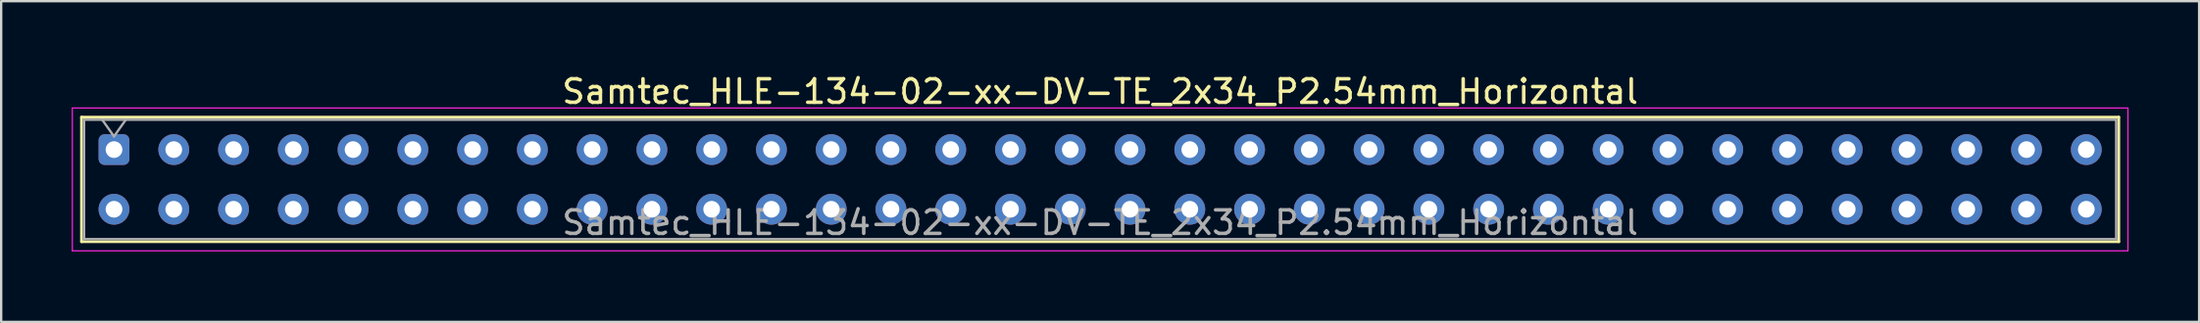
<source format=kicad_pcb>
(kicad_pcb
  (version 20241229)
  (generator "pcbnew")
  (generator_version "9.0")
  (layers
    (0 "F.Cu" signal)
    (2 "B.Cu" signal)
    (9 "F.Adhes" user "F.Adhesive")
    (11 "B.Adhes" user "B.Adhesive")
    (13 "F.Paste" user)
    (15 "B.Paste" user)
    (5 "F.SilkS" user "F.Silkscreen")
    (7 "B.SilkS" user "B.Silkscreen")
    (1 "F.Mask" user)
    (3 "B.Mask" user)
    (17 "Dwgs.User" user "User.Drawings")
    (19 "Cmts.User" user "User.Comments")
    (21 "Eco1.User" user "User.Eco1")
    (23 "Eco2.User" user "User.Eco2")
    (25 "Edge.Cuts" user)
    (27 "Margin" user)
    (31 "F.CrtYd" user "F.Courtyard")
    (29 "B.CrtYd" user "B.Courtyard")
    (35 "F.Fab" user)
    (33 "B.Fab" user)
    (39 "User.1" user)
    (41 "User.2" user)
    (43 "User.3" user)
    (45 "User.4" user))
  (footprint "Samtec_HLE-134-02-xx-DV-TE_2x34_P2.54mm_Horizontal"
    (layer "F.Cu")
    (at 1.795 3.318)
    (property "Reference" "Samtec_HLE-134-02-xx-DV-TE_2x34_P2.54mm_Horizontal" (at 41.91 -2.47 0) (layer "F.SilkS") (effects (font (size 1 1) (thickness 0.15))))
    (attr through_hole)
    (fp_line (start -1.38 -1.38) (end 85.2 -1.38) (stroke (width 0.12) (type solid)) (layer "F.SilkS"))
    (fp_line (start -1.38 3.92) (end -1.38 -1.38) (stroke (width 0.12) (type solid)) (layer "F.SilkS"))
    (fp_line (start 85.2 -1.38) (end 85.2 3.92) (stroke (width 0.12) (type solid)) (layer "F.SilkS"))
    (fp_line (start 85.2 3.92) (end -1.38 3.92) (stroke (width 0.12) (type solid)) (layer "F.SilkS"))
    (fp_line (start -1.77 -1.77) (end 85.59 -1.77) (stroke (width 0.05) (type solid)) (layer "F.CrtYd"))
    (fp_line (start -1.77 4.31) (end -1.77 -1.77) (stroke (width 0.05) (type solid)) (layer "F.CrtYd"))
    (fp_line (start 85.59 -1.77) (end 85.59 4.31) (stroke (width 0.05) (type solid)) (layer "F.CrtYd"))
    (fp_line (start 85.59 4.31) (end -1.77 4.31) (stroke (width 0.05) (type solid)) (layer "F.CrtYd"))
    (fp_line (start -1.27 -1.27) (end 85.09 -1.27) (stroke (width 0.1) (type solid)) (layer "F.Fab"))
    (fp_line (start -1.27 3.81) (end -1.27 -1.27) (stroke (width 0.1) (type solid)) (layer "F.Fab"))
    (fp_line (start -0.5 -1.27) (end 0 -0.563) (stroke (width 0.1) (type solid)) (layer "F.Fab"))
    (fp_line (start 0 -0.563) (end 0.5 -1.27) (stroke (width 0.1) (type solid)) (layer "F.Fab"))
    (fp_line (start 85.09 -1.27) (end 85.09 3.81) (stroke (width 0.1) (type solid)) (layer "F.Fab"))
    (fp_line (start 85.09 3.81) (end -1.27 3.81) (stroke (width 0.1) (type solid)) (layer "F.Fab"))
    (fp_text user "${REFERENCE}" (at 41.91 3.11 0) (layer "F.Fab") (effects (font (size 1 1) (thickness 0.15))))
    (pad "1" thru_hole roundrect (at 0 0) (size 1.31 1.31) (drill 0.71) (layers "*.Cu" "*.Mask") (roundrect_rratio 0.191))
    (pad "2" thru_hole circle (at 0 2.54) (size 1.31 1.31) (drill 0.71) (layers "*.Cu" "*.Mask"))
    (pad "3" thru_hole circle (at 2.54 0) (size 1.31 1.31) (drill 0.71) (layers "*.Cu" "*.Mask"))
    (pad "4" thru_hole circle (at 2.54 2.54) (size 1.31 1.31) (drill 0.71) (layers "*.Cu" "*.Mask"))
    (pad "5" thru_hole circle (at 5.08 0) (size 1.31 1.31) (drill 0.71) (layers "*.Cu" "*.Mask"))
    (pad "6" thru_hole circle (at 5.08 2.54) (size 1.31 1.31) (drill 0.71) (layers "*.Cu" "*.Mask"))
    (pad "7" thru_hole circle (at 7.62 0) (size 1.31 1.31) (drill 0.71) (layers "*.Cu" "*.Mask"))
    (pad "8" thru_hole circle (at 7.62 2.54) (size 1.31 1.31) (drill 0.71) (layers "*.Cu" "*.Mask"))
    (pad "9" thru_hole circle (at 10.16 0) (size 1.31 1.31) (drill 0.71) (layers "*.Cu" "*.Mask"))
    (pad "10" thru_hole circle (at 10.16 2.54) (size 1.31 1.31) (drill 0.71) (layers "*.Cu" "*.Mask"))
    (pad "11" thru_hole circle (at 12.7 0) (size 1.31 1.31) (drill 0.71) (layers "*.Cu" "*.Mask"))
    (pad "12" thru_hole circle (at 12.7 2.54) (size 1.31 1.31) (drill 0.71) (layers "*.Cu" "*.Mask"))
    (pad "13" thru_hole circle (at 15.24 0) (size 1.31 1.31) (drill 0.71) (layers "*.Cu" "*.Mask"))
    (pad "14" thru_hole circle (at 15.24 2.54) (size 1.31 1.31) (drill 0.71) (layers "*.Cu" "*.Mask"))
    (pad "15" thru_hole circle (at 17.78 0) (size 1.31 1.31) (drill 0.71) (layers "*.Cu" "*.Mask"))
    (pad "16" thru_hole circle (at 17.78 2.54) (size 1.31 1.31) (drill 0.71) (layers "*.Cu" "*.Mask"))
    (pad "17" thru_hole circle (at 20.32 0) (size 1.31 1.31) (drill 0.71) (layers "*.Cu" "*.Mask"))
    (pad "18" thru_hole circle (at 20.32 2.54) (size 1.31 1.31) (drill 0.71) (layers "*.Cu" "*.Mask"))
    (pad "19" thru_hole circle (at 22.86 0) (size 1.31 1.31) (drill 0.71) (layers "*.Cu" "*.Mask"))
    (pad "20" thru_hole circle (at 22.86 2.54) (size 1.31 1.31) (drill 0.71) (layers "*.Cu" "*.Mask"))
    (pad "21" thru_hole circle (at 25.4 0) (size 1.31 1.31) (drill 0.71) (layers "*.Cu" "*.Mask"))
    (pad "22" thru_hole circle (at 25.4 2.54) (size 1.31 1.31) (drill 0.71) (layers "*.Cu" "*.Mask"))
    (pad "23" thru_hole circle (at 27.94 0) (size 1.31 1.31) (drill 0.71) (layers "*.Cu" "*.Mask"))
    (pad "24" thru_hole circle (at 27.94 2.54) (size 1.31 1.31) (drill 0.71) (layers "*.Cu" "*.Mask"))
    (pad "25" thru_hole circle (at 30.48 0) (size 1.31 1.31) (drill 0.71) (layers "*.Cu" "*.Mask"))
    (pad "26" thru_hole circle (at 30.48 2.54) (size 1.31 1.31) (drill 0.71) (layers "*.Cu" "*.Mask"))
    (pad "27" thru_hole circle (at 33.02 0) (size 1.31 1.31) (drill 0.71) (layers "*.Cu" "*.Mask"))
    (pad "28" thru_hole circle (at 33.02 2.54) (size 1.31 1.31) (drill 0.71) (layers "*.Cu" "*.Mask"))
    (pad "29" thru_hole circle (at 35.56 0) (size 1.31 1.31) (drill 0.71) (layers "*.Cu" "*.Mask"))
    (pad "30" thru_hole circle (at 35.56 2.54) (size 1.31 1.31) (drill 0.71) (layers "*.Cu" "*.Mask"))
    (pad "31" thru_hole circle (at 38.1 0) (size 1.31 1.31) (drill 0.71) (layers "*.Cu" "*.Mask"))
    (pad "32" thru_hole circle (at 38.1 2.54) (size 1.31 1.31) (drill 0.71) (layers "*.Cu" "*.Mask"))
    (pad "33" thru_hole circle (at 40.64 0) (size 1.31 1.31) (drill 0.71) (layers "*.Cu" "*.Mask"))
    (pad "34" thru_hole circle (at 40.64 2.54) (size 1.31 1.31) (drill 0.71) (layers "*.Cu" "*.Mask"))
    (pad "35" thru_hole circle (at 43.18 0) (size 1.31 1.31) (drill 0.71) (layers "*.Cu" "*.Mask"))
    (pad "36" thru_hole circle (at 43.18 2.54) (size 1.31 1.31) (drill 0.71) (layers "*.Cu" "*.Mask"))
    (pad "37" thru_hole circle (at 45.72 0) (size 1.31 1.31) (drill 0.71) (layers "*.Cu" "*.Mask"))
    (pad "38" thru_hole circle (at 45.72 2.54) (size 1.31 1.31) (drill 0.71) (layers "*.Cu" "*.Mask"))
    (pad "39" thru_hole circle (at 48.26 0) (size 1.31 1.31) (drill 0.71) (layers "*.Cu" "*.Mask"))
    (pad "40" thru_hole circle (at 48.26 2.54) (size 1.31 1.31) (drill 0.71) (layers "*.Cu" "*.Mask"))
    (pad "41" thru_hole circle (at 50.8 0) (size 1.31 1.31) (drill 0.71) (layers "*.Cu" "*.Mask"))
    (pad "42" thru_hole circle (at 50.8 2.54) (size 1.31 1.31) (drill 0.71) (layers "*.Cu" "*.Mask"))
    (pad "43" thru_hole circle (at 53.34 0) (size 1.31 1.31) (drill 0.71) (layers "*.Cu" "*.Mask"))
    (pad "44" thru_hole circle (at 53.34 2.54) (size 1.31 1.31) (drill 0.71) (layers "*.Cu" "*.Mask"))
    (pad "45" thru_hole circle (at 55.88 0) (size 1.31 1.31) (drill 0.71) (layers "*.Cu" "*.Mask"))
    (pad "46" thru_hole circle (at 55.88 2.54) (size 1.31 1.31) (drill 0.71) (layers "*.Cu" "*.Mask"))
    (pad "47" thru_hole circle (at 58.42 0) (size 1.31 1.31) (drill 0.71) (layers "*.Cu" "*.Mask"))
    (pad "48" thru_hole circle (at 58.42 2.54) (size 1.31 1.31) (drill 0.71) (layers "*.Cu" "*.Mask"))
    (pad "49" thru_hole circle (at 60.96 0) (size 1.31 1.31) (drill 0.71) (layers "*.Cu" "*.Mask"))
    (pad "50" thru_hole circle (at 60.96 2.54) (size 1.31 1.31) (drill 0.71) (layers "*.Cu" "*.Mask"))
    (pad "51" thru_hole circle (at 63.5 0) (size 1.31 1.31) (drill 0.71) (layers "*.Cu" "*.Mask"))
    (pad "52" thru_hole circle (at 63.5 2.54) (size 1.31 1.31) (drill 0.71) (layers "*.Cu" "*.Mask"))
    (pad "53" thru_hole circle (at 66.04 0) (size 1.31 1.31) (drill 0.71) (layers "*.Cu" "*.Mask"))
    (pad "54" thru_hole circle (at 66.04 2.54) (size 1.31 1.31) (drill 0.71) (layers "*.Cu" "*.Mask"))
    (pad "55" thru_hole circle (at 68.58 0) (size 1.31 1.31) (drill 0.71) (layers "*.Cu" "*.Mask"))
    (pad "56" thru_hole circle (at 68.58 2.54) (size 1.31 1.31) (drill 0.71) (layers "*.Cu" "*.Mask"))
    (pad "57" thru_hole circle (at 71.12 0) (size 1.31 1.31) (drill 0.71) (layers "*.Cu" "*.Mask"))
    (pad "58" thru_hole circle (at 71.12 2.54) (size 1.31 1.31) (drill 0.71) (layers "*.Cu" "*.Mask"))
    (pad "59" thru_hole circle (at 73.66 0) (size 1.31 1.31) (drill 0.71) (layers "*.Cu" "*.Mask"))
    (pad "60" thru_hole circle (at 73.66 2.54) (size 1.31 1.31) (drill 0.71) (layers "*.Cu" "*.Mask"))
    (pad "61" thru_hole circle (at 76.2 0) (size 1.31 1.31) (drill 0.71) (layers "*.Cu" "*.Mask"))
    (pad "62" thru_hole circle (at 76.2 2.54) (size 1.31 1.31) (drill 0.71) (layers "*.Cu" "*.Mask"))
    (pad "63" thru_hole circle (at 78.74 0) (size 1.31 1.31) (drill 0.71) (layers "*.Cu" "*.Mask"))
    (pad "64" thru_hole circle (at 78.74 2.54) (size 1.31 1.31) (drill 0.71) (layers "*.Cu" "*.Mask"))
    (pad "65" thru_hole circle (at 81.28 0) (size 1.31 1.31) (drill 0.71) (layers "*.Cu" "*.Mask"))
    (pad "66" thru_hole circle (at 81.28 2.54) (size 1.31 1.31) (drill 0.71) (layers "*.Cu" "*.Mask"))
    (pad "67" thru_hole circle (at 83.82 0) (size 1.31 1.31) (drill 0.71) (layers "*.Cu" "*.Mask"))
    (pad "68" thru_hole circle (at 83.82 2.54) (size 1.31 1.31) (drill 0.71) (layers "*.Cu" "*.Mask")))
  (gr_rect
    (start -3 -3)
    (end 90.41 10.653)
    (stroke (width 0.1) (type default))
    (fill no)
    (layer "Edge.Cuts")))
</source>
